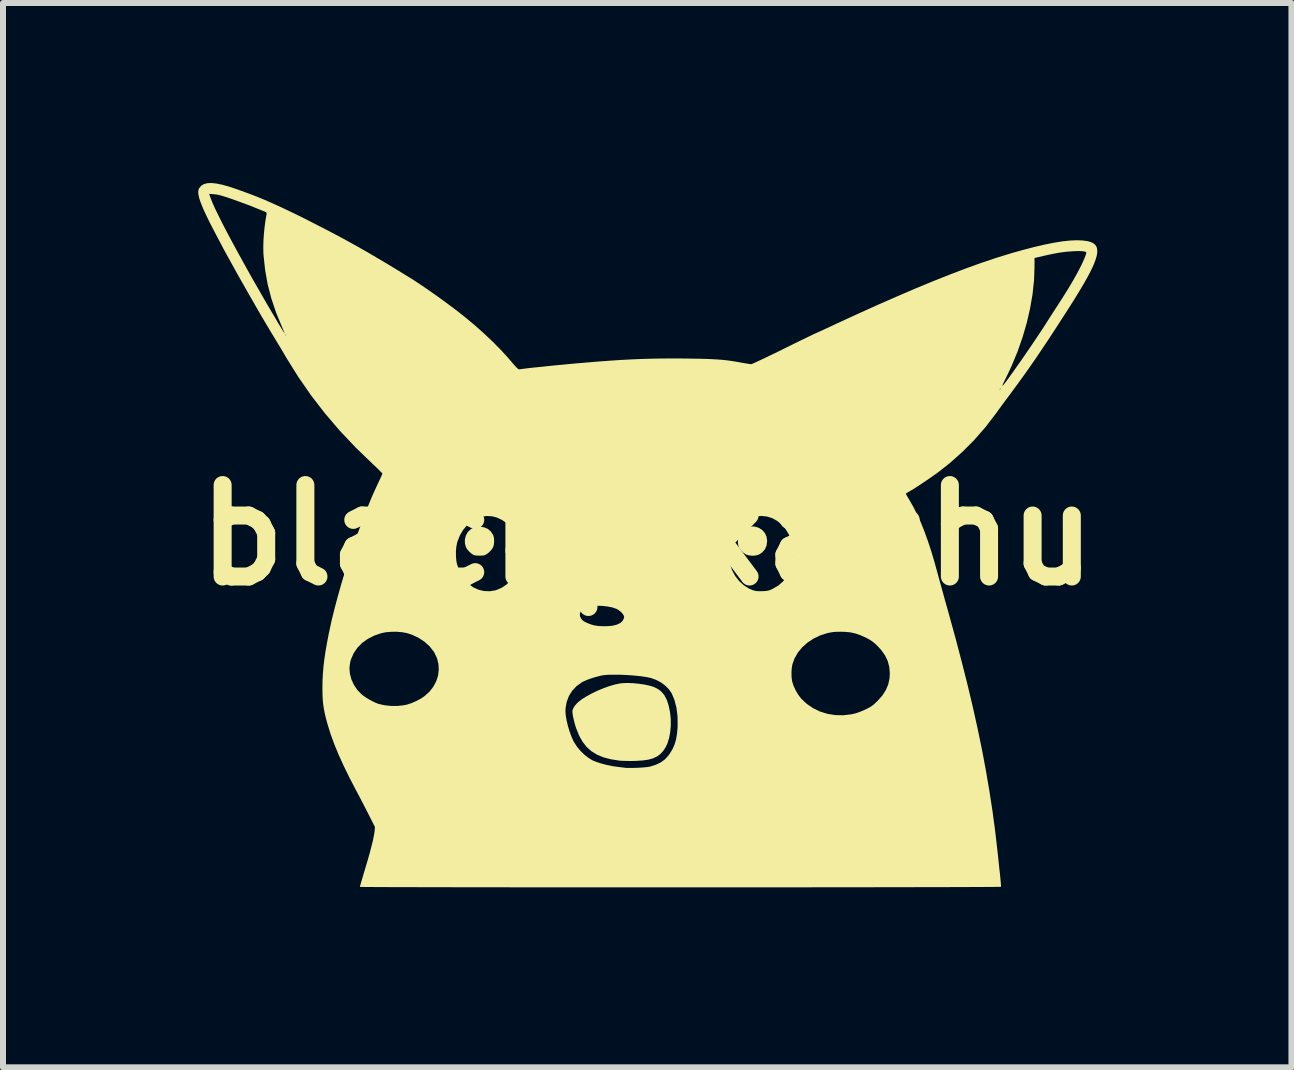
<source format=kicad_pcb>
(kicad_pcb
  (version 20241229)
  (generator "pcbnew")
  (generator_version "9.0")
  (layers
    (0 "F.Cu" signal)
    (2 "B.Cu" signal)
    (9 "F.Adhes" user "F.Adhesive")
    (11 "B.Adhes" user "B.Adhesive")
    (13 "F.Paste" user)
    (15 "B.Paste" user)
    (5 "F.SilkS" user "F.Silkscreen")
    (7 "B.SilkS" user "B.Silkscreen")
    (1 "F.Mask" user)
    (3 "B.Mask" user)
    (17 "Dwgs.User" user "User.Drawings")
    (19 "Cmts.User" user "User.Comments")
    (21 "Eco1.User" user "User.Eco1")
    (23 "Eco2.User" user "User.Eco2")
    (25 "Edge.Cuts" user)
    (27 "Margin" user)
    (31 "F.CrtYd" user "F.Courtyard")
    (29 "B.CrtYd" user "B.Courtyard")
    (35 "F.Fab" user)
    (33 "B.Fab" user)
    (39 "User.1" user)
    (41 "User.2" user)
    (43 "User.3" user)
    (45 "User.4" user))
  (footprint "blackpikachu"
    (layer "F.Cu")
    (at 7.736 5.868)
    (property "Reference" "blackpikachu" (at 0 0 0) (layer "F.SilkS") (effects (font (size 1.524 1.524) (thickness 0.3))))
    (attr through_hole)
    (fp_poly (pts (xy 1.817 -0.137) (xy 1.872 -0.115) (xy 1.921 -0.081) (xy 1.96 -0.036) (xy 1.987 0.021) (xy 1.998 0.087) (xy 1.998 0.1) (xy 1.989 0.173) (xy 1.962 0.236) (xy 1.917 0.287) (xy 1.865 0.322) (xy 1.816 0.338) (xy 1.757 0.344) (xy 1.698 0.338) (xy 1.65 0.324) (xy 1.607 0.296) (xy 1.566 0.257) (xy 1.533 0.212) (xy 1.52 0.182) (xy 1.51 0.123) (xy 1.515 0.059) (xy 1.533 -0.002) (xy 1.547 -0.028) (xy 1.59 -0.081) (xy 1.642 -0.118) (xy 1.699 -0.139) (xy 1.758 -0.145)) (stroke (width 0) (type solid)) (fill yes) (layer "F.SilkS"))
    (fp_poly (pts (xy -2.721 -0.131) (xy -2.658 -0.105) (xy -2.607 -0.062) (xy -2.569 -0.003) (xy -2.564 0.007) (xy -2.553 0.052) (xy -2.551 0.106) (xy -2.556 0.159) (xy -2.569 0.204) (xy -2.571 0.207) (xy -2.595 0.243) (xy -2.628 0.279) (xy -2.666 0.31) (xy -2.701 0.331) (xy -2.718 0.337) (xy -2.753 0.341) (xy -2.798 0.342) (xy -2.844 0.34) (xy -2.88 0.336) (xy -2.906 0.324) (xy -2.938 0.3) (xy -2.972 0.269) (xy -3.001 0.235) (xy -3.02 0.204) (xy -3.02 0.203) (xy -3.038 0.141) (xy -3.039 0.075) (xy -3.023 0.01) (xy -2.993 -0.047) (xy -2.987 -0.055) (xy -2.94 -0.099) (xy -2.887 -0.127) (xy -2.823 -0.139) (xy -2.795 -0.14)) (stroke (width 0) (type solid)) (fill yes) (layer "F.SilkS"))
    (fp_poly (pts (xy -0.237 2.467) (xy -0.135 2.477) (xy -0.037 2.492) (xy 0.052 2.512) (xy 0.11 2.531) (xy 0.18 2.565) (xy 0.239 2.611) (xy 0.287 2.67) (xy 0.326 2.745) (xy 0.356 2.836) (xy 0.379 2.946) (xy 0.38 2.95) (xy 0.392 3.061) (xy 0.393 3.173) (xy 0.383 3.283) (xy 0.364 3.385) (xy 0.335 3.476) (xy 0.305 3.538) (xy 0.263 3.6) (xy 0.216 3.65) (xy 0.161 3.69) (xy 0.096 3.72) (xy 0.018 3.742) (xy -0.075 3.755) (xy -0.185 3.762) (xy -0.213 3.763) (xy -0.279 3.764) (xy -0.345 3.763) (xy -0.405 3.761) (xy -0.453 3.759) (xy -0.467 3.757) (xy -0.607 3.735) (xy -0.729 3.703) (xy -0.836 3.659) (xy -0.929 3.602) (xy -1.009 3.531) (xy -1.076 3.445) (xy -1.134 3.343) (xy -1.182 3.224) (xy -1.195 3.185) (xy -1.211 3.131) (xy -1.225 3.073) (xy -1.237 3.021) (xy -1.239 3.007) (xy -1.245 2.965) (xy -1.247 2.937) (xy -1.244 2.915) (xy -1.235 2.892) (xy -1.229 2.879) (xy -1.209 2.847) (xy -1.179 2.811) (xy -1.149 2.781) (xy -1.088 2.734) (xy -1.011 2.686) (xy -0.923 2.638) (xy -0.827 2.592) (xy -0.728 2.551) (xy -0.63 2.516) (xy -0.538 2.489) (xy -0.456 2.472) (xy -0.426 2.468) (xy -0.336 2.464)) (stroke (width 0) (type solid)) (fill yes) (layer "F.SilkS"))
    (fp_poly (pts (xy -7.178 -5.859) (xy -7.08 -5.839) (xy -6.966 -5.807) (xy -6.891 -5.782) (xy -6.757 -5.735) (xy -6.628 -5.688) (xy -6.502 -5.639) (xy -6.375 -5.587) (xy -6.245 -5.53) (xy -6.108 -5.468) (xy -5.961 -5.398) (xy -5.802 -5.321) (xy -5.653 -5.246) (xy -5.471 -5.153) (xy -5.3 -5.065) (xy -5.137 -4.979) (xy -4.979 -4.893) (xy -4.822 -4.806) (xy -4.664 -4.716) (xy -4.501 -4.62) (xy -4.33 -4.519) (xy -4.148 -4.408) (xy -3.969 -4.298) (xy -3.873 -4.238) (xy -3.765 -4.166) (xy -3.649 -4.087) (xy -3.528 -4.002) (xy -3.407 -3.915) (xy -3.288 -3.827) (xy -3.176 -3.743) (xy -3.074 -3.663) (xy -3.045 -3.64) (xy -2.88 -3.503) (xy -2.721 -3.362) (xy -2.571 -3.22) (xy -2.434 -3.081) (xy -2.311 -2.946) (xy -2.277 -2.906) (xy -2.233 -2.854) (xy -2.199 -2.816) (xy -2.174 -2.789) (xy -2.156 -2.773) (xy -2.143 -2.765) (xy -2.132 -2.763) (xy -2.125 -2.763) (xy -2.099 -2.768) (xy -2.055 -2.773) (xy -1.995 -2.781) (xy -1.921 -2.789) (xy -1.834 -2.798) (xy -1.738 -2.808) (xy -1.635 -2.819) (xy -1.527 -2.83) (xy -1.415 -2.84) (xy -1.303 -2.851) (xy -1.239 -2.857) (xy -1.017 -2.876) (xy -0.813 -2.893) (xy -0.623 -2.907) (xy -0.445 -2.919) (xy -0.276 -2.928) (xy -0.112 -2.935) (xy 0.049 -2.94) (xy 0.21 -2.943) (xy 0.375 -2.944) (xy 0.546 -2.944) (xy 0.638 -2.943) (xy 0.776 -2.941) (xy 0.896 -2.939) (xy 1 -2.936) (xy 1.093 -2.932) (xy 1.175 -2.927) (xy 1.251 -2.921) (xy 1.322 -2.914) (xy 1.393 -2.904) (xy 1.464 -2.893) (xy 1.54 -2.88) (xy 1.561 -2.876) (xy 1.617 -2.866) (xy 1.666 -2.858) (xy 1.705 -2.852) (xy 1.73 -2.849) (xy 1.735 -2.849) (xy 1.748 -2.854) (xy 1.778 -2.867) (xy 1.824 -2.888) (xy 1.882 -2.915) (xy 1.952 -2.948) (xy 2.032 -2.987) (xy 2.121 -3.029) (xy 2.215 -3.075) (xy 2.277 -3.106) (xy 2.374 -3.154) (xy 2.465 -3.199) (xy 2.549 -3.24) (xy 2.624 -3.276) (xy 2.688 -3.307) (xy 2.74 -3.332) (xy 2.777 -3.35) (xy 2.799 -3.36) (xy 2.803 -3.362) (xy 2.814 -3.367) (xy 2.841 -3.379) (xy 2.883 -3.398) (xy 2.936 -3.422) (xy 3 -3.452) (xy 3.072 -3.485) (xy 3.131 -3.513) (xy 3.487 -3.677) (xy 3.829 -3.832) (xy 4.156 -3.975) (xy 4.468 -4.109) (xy 4.765 -4.232) (xy 5.047 -4.344) (xy 5.312 -4.445) (xy 5.562 -4.535) (xy 5.795 -4.614) (xy 6.011 -4.681) (xy 6.074 -4.7) (xy 6.278 -4.757) (xy 6.463 -4.805) (xy 6.632 -4.844) (xy 6.784 -4.874) (xy 6.921 -4.896) (xy 7.044 -4.909) (xy 7.153 -4.914) (xy 7.249 -4.911) (xy 7.332 -4.9) (xy 7.343 -4.898) (xy 7.394 -4.884) (xy 7.435 -4.864) (xy 7.466 -4.838) (xy 7.488 -4.804) (xy 7.499 -4.763) (xy 7.5 -4.713) (xy 7.491 -4.654) (xy 7.47 -4.585) (xy 7.439 -4.504) (xy 7.396 -4.412) (xy 7.341 -4.307) (xy 7.275 -4.189) (xy 7.196 -4.057) (xy 7.106 -3.91) (xy 7.002 -3.747) (xy 6.997 -3.739) (xy 6.879 -3.556) (xy 6.77 -3.388) (xy 6.669 -3.234) (xy 6.573 -3.091) (xy 6.483 -2.957) (xy 6.395 -2.83) (xy 6.309 -2.708) (xy 6.223 -2.588) (xy 6.136 -2.469) (xy 6.065 -2.372) (xy 6.014 -2.303) (xy 5.96 -2.231) (xy 5.908 -2.16) (xy 5.86 -2.095) (xy 5.82 -2.039) (xy 5.8 -2.012) (xy 5.634 -1.796) (xy 5.451 -1.587) (xy 5.253 -1.388) (xy 5.043 -1.201) (xy 4.867 -1.062) (xy 4.803 -1.015) (xy 4.731 -0.964) (xy 4.655 -0.912) (xy 4.577 -0.86) (xy 4.503 -0.811) (xy 4.437 -0.769) (xy 4.382 -0.736) (xy 4.37 -0.729) (xy 4.339 -0.711) (xy 4.318 -0.697) (xy 4.31 -0.69) (xy 4.315 -0.679) (xy 4.328 -0.655) (xy 4.348 -0.621) (xy 4.362 -0.598) (xy 4.432 -0.476) (xy 4.497 -0.348) (xy 4.56 -0.211) (xy 4.619 -0.063) (xy 4.677 0.097) (xy 4.735 0.273) (xy 4.792 0.466) (xy 4.83 0.604) (xy 4.85 0.678) (xy 4.875 0.769) (xy 4.903 0.87) (xy 4.933 0.979) (xy 4.964 1.091) (xy 4.995 1.2) (xy 5.023 1.301) (xy 5.138 1.718) (xy 5.243 2.118) (xy 5.34 2.502) (xy 5.428 2.873) (xy 5.508 3.233) (xy 5.58 3.582) (xy 5.644 3.923) (xy 5.701 4.257) (xy 5.752 4.586) (xy 5.796 4.911) (xy 5.829 5.195) (xy 5.845 5.338) (xy 5.858 5.462) (xy 5.869 5.567) (xy 5.879 5.654) (xy 5.886 5.725) (xy 5.891 5.779) (xy 5.894 5.819) (xy 5.896 5.845) (xy 5.895 5.859) (xy 5.895 5.861) (xy 5.884 5.861) (xy 5.853 5.862) (xy 5.803 5.862) (xy 5.734 5.863) (xy 5.648 5.863) (xy 5.544 5.864) (xy 5.424 5.864) (xy 5.289 5.865) (xy 5.139 5.865) (xy 4.975 5.866) (xy 4.797 5.866) (xy 4.607 5.866) (xy 4.405 5.867) (xy 4.192 5.867) (xy 3.969 5.867) (xy 3.736 5.868) (xy 3.495 5.868) (xy 3.245 5.868) (xy 2.988 5.868) (xy 2.725 5.869) (xy 2.455 5.869) (xy 2.181 5.869) (xy 1.903 5.869) (xy 1.621 5.869) (xy 1.336 5.869) (xy 1.049 5.869) (xy 0.76 5.869) (xy 0.472 5.87) (xy 0.183 5.87) (xy -0.104 5.87) (xy -0.39 5.869) (xy -0.674 5.869) (xy -0.954 5.869) (xy -1.23 5.869) (xy -1.502 5.869) (xy -1.768 5.869) (xy -2.028 5.869) (xy -2.28 5.869) (xy -2.526 5.868) (xy -2.762 5.868) (xy -2.99 5.868) (xy -3.207 5.868) (xy -3.414 5.867) (xy -3.609 5.867) (xy -3.792 5.867) (xy -3.963 5.866) (xy -4.119 5.866) (xy -4.261 5.866) (xy -4.388 5.865) (xy -4.498 5.865) (xy -4.592 5.864) (xy -4.669 5.864) (xy -4.727 5.863) (xy -4.767 5.863) (xy -4.786 5.862) (xy -4.789 5.862) (xy -4.786 5.849) (xy -4.777 5.82) (xy -4.765 5.775) (xy -4.748 5.719) (xy -4.729 5.653) (xy -4.707 5.581) (xy -4.705 5.572) (xy -4.66 5.423) (xy -4.623 5.292) (xy -4.594 5.18) (xy -4.571 5.086) (xy -4.555 5.009) (xy -4.545 4.948) (xy -4.544 4.939) (xy -4.537 4.865) (xy -4.642 4.657) (xy -4.681 4.581) (xy -4.725 4.495) (xy -4.77 4.408) (xy -4.813 4.326) (xy -4.847 4.263) (xy -4.959 4.048) (xy -5.057 3.848) (xy -5.143 3.659) (xy -5.216 3.481) (xy -5.278 3.311) (xy -5.328 3.149) (xy -5.355 3.05) (xy -5.376 2.961) (xy -5.381 2.933) (xy -1.363 2.933) (xy -1.358 3.003) (xy -1.344 3.086) (xy -1.323 3.175) (xy -1.296 3.266) (xy -1.265 3.352) (xy -1.231 3.429) (xy -1.216 3.456) (xy -1.17 3.526) (xy -1.112 3.596) (xy -1.046 3.66) (xy -0.977 3.714) (xy -0.914 3.752) (xy -0.846 3.78) (xy -0.765 3.806) (xy -0.675 3.83) (xy -0.583 3.849) (xy -0.5 3.861) (xy -0.453 3.867) (xy -0.41 3.872) (xy -0.379 3.876) (xy -0.37 3.877) (xy -0.332 3.88) (xy -0.28 3.88) (xy -0.218 3.879) (xy -0.152 3.877) (xy -0.086 3.873) (xy -0.026 3.868) (xy 0.022 3.862) (xy 0.052 3.856) (xy 0.148 3.825) (xy 0.228 3.786) (xy 0.296 3.736) (xy 0.354 3.672) (xy 0.377 3.64) (xy 0.421 3.567) (xy 0.455 3.491) (xy 0.48 3.408) (xy 0.496 3.314) (xy 0.506 3.206) (xy 0.507 3.174) (xy 0.505 3.019) (xy 0.487 2.876) (xy 0.453 2.745) (xy 0.409 2.639) (xy 0.365 2.573) (xy 0.304 2.511) (xy 0.231 2.456) (xy 0.148 2.412) (xy 0.061 2.381) (xy 0.057 2.38) (xy -0.008 2.366) (xy -0.087 2.354) (xy -0.176 2.344) (xy -0.272 2.336) (xy -0.37 2.33) (xy -0.467 2.326) (xy -0.559 2.326) (xy -0.642 2.327) (xy -0.712 2.332) (xy -0.765 2.34) (xy -0.847 2.361) (xy -0.928 2.385) (xy -1.002 2.412) (xy -1.063 2.439) (xy -1.092 2.454) (xy -1.178 2.517) (xy -1.25 2.593) (xy -1.305 2.681) (xy -1.342 2.778) (xy -1.361 2.882) (xy -1.363 2.933) (xy -5.381 2.933) (xy -5.391 2.88) (xy -5.402 2.802) (xy -5.409 2.719) (xy -5.412 2.626) (xy -5.413 2.545) (xy -5.411 2.425) (xy -5.405 2.307) (xy -5.397 2.214) (xy -4.963 2.214) (xy -4.955 2.309) (xy -4.93 2.404) (xy -4.888 2.496) (xy -4.83 2.581) (xy -4.759 2.654) (xy -4.715 2.688) (xy -4.658 2.725) (xy -4.596 2.76) (xy -4.535 2.79) (xy -4.483 2.811) (xy -4.384 2.834) (xy -4.276 2.846) (xy -4.164 2.847) (xy -4.058 2.835) (xy -4.011 2.826) (xy -3.932 2.801) (xy -3.849 2.765) (xy -3.77 2.723) (xy -3.711 2.683) (xy -3.63 2.61) (xy -3.565 2.527) (xy -3.517 2.437) (xy -3.486 2.343) (xy -3.479 2.283) (xy 2.404 2.283) (xy 2.405 2.356) (xy 2.412 2.421) (xy 2.415 2.437) (xy 2.438 2.51) (xy 2.474 2.588) (xy 2.518 2.662) (xy 2.566 2.724) (xy 2.566 2.725) (xy 2.659 2.812) (xy 2.765 2.884) (xy 2.88 2.94) (xy 3.003 2.978) (xy 3.133 2.999) (xy 3.266 3.002) (xy 3.401 2.986) (xy 3.447 2.976) (xy 3.495 2.963) (xy 3.552 2.942) (xy 3.61 2.918) (xy 3.642 2.903) (xy 3.694 2.877) (xy 3.735 2.853) (xy 3.771 2.826) (xy 3.809 2.791) (xy 3.841 2.76) (xy 3.919 2.672) (xy 3.977 2.582) (xy 4.016 2.489) (xy 4.038 2.389) (xy 4.043 2.306) (xy 4.034 2.198) (xy 4.008 2.098) (xy 3.963 2.004) (xy 3.899 1.914) (xy 3.842 1.852) (xy 3.797 1.809) (xy 3.758 1.776) (xy 3.719 1.75) (xy 3.673 1.724) (xy 3.643 1.708) (xy 3.556 1.669) (xy 3.477 1.641) (xy 3.4 1.623) (xy 3.317 1.613) (xy 3.232 1.61) (xy 3.163 1.611) (xy 3.108 1.614) (xy 3.059 1.621) (xy 3.01 1.631) (xy 3.005 1.632) (xy 2.883 1.671) (xy 2.771 1.725) (xy 2.671 1.791) (xy 2.583 1.869) (xy 2.511 1.957) (xy 2.456 2.052) (xy 2.42 2.151) (xy 2.409 2.212) (xy 2.404 2.283) (xy -3.479 2.283) (xy -3.474 2.245) (xy -3.479 2.147) (xy -3.503 2.051) (xy -3.547 1.959) (xy -3.558 1.941) (xy -3.627 1.853) (xy -3.712 1.776) (xy -3.811 1.711) (xy -3.92 1.66) (xy -4.003 1.633) (xy -4.083 1.618) (xy -4.175 1.61) (xy -4.269 1.611) (xy -4.36 1.619) (xy -4.429 1.633) (xy -4.551 1.675) (xy -4.658 1.73) (xy -4.752 1.797) (xy -4.83 1.877) (xy -4.892 1.967) (xy -4.936 2.068) (xy -4.951 2.121) (xy -4.963 2.214) (xy -5.397 2.214) (xy -5.395 2.187) (xy -5.38 2.062) (xy -5.36 1.929) (xy -5.334 1.783) (xy -5.303 1.62) (xy -5.302 1.619) (xy -5.262 1.432) (xy -5.232 1.31) (xy -1.123 1.31) (xy -1.12 1.352) (xy -1.1 1.394) (xy -1.073 1.424) (xy -1.042 1.444) (xy -0.998 1.465) (xy -0.948 1.485) (xy -0.897 1.5) (xy -0.883 1.504) (xy -0.817 1.514) (xy -0.74 1.518) (xy -0.66 1.517) (xy -0.586 1.511) (xy -0.573 1.509) (xy -0.505 1.491) (xy -0.45 1.465) (xy -0.411 1.43) (xy -0.389 1.388) (xy -0.385 1.359) (xy -0.394 1.334) (xy -0.416 1.303) (xy -0.448 1.271) (xy -0.485 1.244) (xy -0.514 1.228) (xy -0.581 1.205) (xy -0.662 1.189) (xy -0.749 1.179) (xy -0.835 1.177) (xy -0.914 1.183) (xy -0.939 1.188) (xy -0.991 1.203) (xy -1.04 1.223) (xy -1.08 1.247) (xy -1.107 1.27) (xy -1.108 1.272) (xy -1.123 1.31) (xy -5.232 1.31) (xy -5.213 1.234) (xy -5.158 1.026) (xy -5.098 0.812) (xy -5.032 0.594) (xy -4.963 0.376) (xy -4.929 0.275) (xy -3.188 0.275) (xy -3.187 0.354) (xy -3.181 0.429) (xy -3.171 0.479) (xy -3.139 0.575) (xy -3.093 0.665) (xy -3.036 0.747) (xy -2.971 0.816) (xy -2.901 0.869) (xy -2.9 0.869) (xy -2.811 0.91) (xy -2.717 0.932) (xy -2.62 0.935) (xy -2.526 0.919) (xy -2.516 0.916) (xy -2.425 0.877) (xy -2.343 0.822) (xy -2.272 0.751) (xy -2.213 0.669) (xy -2.166 0.576) (xy -2.134 0.474) (xy -2.116 0.367) (xy -2.115 0.29) (xy 1.361 0.29) (xy 1.362 0.37) (xy 1.37 0.444) (xy 1.378 0.479) (xy 1.414 0.585) (xy 1.466 0.681) (xy 1.532 0.766) (xy 1.61 0.836) (xy 1.697 0.891) (xy 1.755 0.916) (xy 1.792 0.927) (xy 1.829 0.933) (xy 1.874 0.935) (xy 1.916 0.934) (xy 1.965 0.932) (xy 2.003 0.927) (xy 2.035 0.919) (xy 2.072 0.904) (xy 2.095 0.893) (xy 2.189 0.837) (xy 2.268 0.767) (xy 2.333 0.683) (xy 2.382 0.586) (xy 2.415 0.477) (xy 2.432 0.357) (xy 2.433 0.344) (xy 2.432 0.243) (xy 2.42 0.153) (xy 2.395 0.067) (xy 2.362 -0.008) (xy 2.307 -0.099) (xy 2.241 -0.175) (xy 2.166 -0.237) (xy 2.083 -0.283) (xy 1.995 -0.31) (xy 1.904 -0.32) (xy 1.832 -0.313) (xy 1.734 -0.285) (xy 1.643 -0.239) (xy 1.562 -0.176) (xy 1.492 -0.098) (xy 1.435 -0.006) (xy 1.392 0.098) (xy 1.378 0.146) (xy 1.366 0.212) (xy 1.361 0.29) (xy -2.115 0.29) (xy -2.115 0.256) (xy -2.129 0.151) (xy -2.159 0.052) (xy -2.205 -0.04) (xy -2.265 -0.123) (xy -2.337 -0.195) (xy -2.418 -0.252) (xy -2.505 -0.293) (xy -2.584 -0.314) (xy -2.677 -0.319) (xy -2.767 -0.305) (xy -2.853 -0.273) (xy -2.934 -0.224) (xy -3.007 -0.16) (xy -3.071 -0.083) (xy -3.123 0.007) (xy -3.163 0.108) (xy -3.17 0.135) (xy -3.182 0.199) (xy -3.188 0.275) (xy -4.929 0.275) (xy -4.891 0.159) (xy -4.816 -0.053) (xy -4.741 -0.257) (xy -4.665 -0.452) (xy -4.591 -0.633) (xy -4.517 -0.798) (xy -4.467 -0.905) (xy -4.446 -0.949) (xy -4.429 -0.986) (xy -4.417 -1.013) (xy -4.414 -1.025) (xy -4.421 -1.035) (xy -4.442 -1.057) (xy -4.473 -1.089) (xy -4.513 -1.128) (xy -4.56 -1.172) (xy -4.576 -1.187) (xy -4.86 -1.461) (xy -5.125 -1.742) (xy -5.372 -2.031) (xy -5.602 -2.329) (xy -5.669 -2.426) (xy 5.874 -2.426) (xy 5.875 -2.425) (xy 5.885 -2.433) (xy 5.887 -2.436) (xy 5.889 -2.446) (xy 5.888 -2.446) (xy 5.878 -2.439) (xy 5.876 -2.436) (xy 5.874 -2.426) (xy -5.669 -2.426) (xy -5.713 -2.49) (xy 5.919 -2.49) (xy 5.925 -2.491) (xy 5.941 -2.509) (xy 5.968 -2.543) (xy 6.006 -2.594) (xy 6.055 -2.662) (xy 6.06 -2.669) (xy 6.11 -2.738) (xy 6.167 -2.82) (xy 6.231 -2.91) (xy 6.297 -3.006) (xy 6.364 -3.104) (xy 6.43 -3.201) (xy 6.492 -3.293) (xy 6.548 -3.377) (xy 6.597 -3.451) (xy 6.626 -3.496) (xy 6.664 -3.556) (xy 6.709 -3.627) (xy 6.757 -3.701) (xy 6.804 -3.774) (xy 6.833 -3.818) (xy 6.935 -3.977) (xy 7.024 -4.12) (xy 7.101 -4.25) (xy 7.166 -4.366) (xy 7.194 -4.419) (xy 7.229 -4.487) (xy 7.259 -4.551) (xy 7.285 -4.609) (xy 7.304 -4.658) (xy 7.315 -4.693) (xy 7.318 -4.71) (xy 7.308 -4.72) (xy 7.28 -4.728) (xy 7.237 -4.733) (xy 7.18 -4.734) (xy 7.113 -4.732) (xy 7.039 -4.727) (xy 6.97 -4.721) (xy 6.908 -4.713) (xy 6.848 -4.704) (xy 6.784 -4.692) (xy 6.711 -4.677) (xy 6.625 -4.658) (xy 6.597 -4.652) (xy 6.454 -4.618) (xy 6.454 -4.464) (xy 6.446 -4.243) (xy 6.421 -4.013) (xy 6.38 -3.777) (xy 6.325 -3.537) (xy 6.255 -3.297) (xy 6.171 -3.058) (xy 6.075 -2.825) (xy 5.99 -2.644) (xy 5.959 -2.582) (xy 5.936 -2.535) (xy 5.923 -2.504) (xy 5.919 -2.49) (xy -5.713 -2.49) (xy -5.816 -2.638) (xy -6.016 -2.959) (xy -6.033 -2.988) (xy -6.071 -3.053) (xy -6.111 -3.121) (xy -6.15 -3.185) (xy -6.184 -3.241) (xy -6.21 -3.285) (xy -6.211 -3.286) (xy -6.235 -3.326) (xy -6.027 -3.326) (xy -6.022 -3.321) (xy -6.017 -3.326) (xy -6.022 -3.331) (xy -6.027 -3.326) (xy -6.235 -3.326) (xy -6.248 -3.347) (xy -6.038 -3.347) (xy -6.032 -3.342) (xy -6.027 -3.347) (xy -6.032 -3.352) (xy -6.038 -3.347) (xy -6.248 -3.347) (xy -6.272 -3.386) (xy -6.341 -3.502) (xy -6.417 -3.63) (xy -6.497 -3.768) (xy -6.581 -3.914) (xy -6.667 -4.064) (xy -6.753 -4.216) (xy -6.838 -4.366) (xy -6.919 -4.513) (xy -6.996 -4.652) (xy -7.067 -4.782) (xy -7.081 -4.809) (xy -7.162 -4.962) (xy -7.233 -5.098) (xy -7.295 -5.218) (xy -7.346 -5.323) (xy -7.389 -5.415) (xy -7.423 -5.495) (xy -7.449 -5.563) (xy -7.467 -5.621) (xy -7.478 -5.67) (xy -7.48 -5.687) (xy -7.3 -5.687) (xy -7.292 -5.662) (xy -7.272 -5.605) (xy -7.241 -5.53) (xy -7.2 -5.438) (xy -7.147 -5.33) (xy -7.085 -5.205) (xy -7.012 -5.064) (xy -6.929 -4.908) (xy -6.836 -4.736) (xy -6.733 -4.549) (xy -6.623 -4.351) (xy -6.582 -4.278) (xy -6.536 -4.198) (xy -6.487 -4.113) (xy -6.436 -4.024) (xy -6.385 -3.935) (xy -6.333 -3.845) (xy -6.282 -3.758) (xy -6.233 -3.676) (xy -6.188 -3.599) (xy -6.147 -3.529) (xy -6.111 -3.47) (xy -6.082 -3.422) (xy -6.06 -3.387) (xy -6.047 -3.367) (xy -6.043 -3.362) (xy -6.045 -3.371) (xy -6.055 -3.395) (xy -6.07 -3.431) (xy -6.086 -3.469) (xy -6.185 -3.709) (xy -6.264 -3.944) (xy -6.325 -4.178) (xy -6.367 -4.413) (xy -6.393 -4.652) (xy -6.397 -4.71) (xy -6.398 -4.798) (xy -6.396 -4.899) (xy -6.389 -5.009) (xy -6.378 -5.121) (xy -6.364 -5.229) (xy -6.348 -5.329) (xy -6.344 -5.345) (xy -6.343 -5.369) (xy -6.353 -5.382) (xy -6.367 -5.389) (xy -6.387 -5.397) (xy -6.422 -5.411) (xy -6.468 -5.43) (xy -6.52 -5.451) (xy -6.543 -5.46) (xy -6.598 -5.483) (xy -6.668 -5.509) (xy -6.746 -5.538) (xy -6.827 -5.567) (xy -6.904 -5.595) (xy -6.912 -5.598) (xy -6.992 -5.625) (xy -7.056 -5.646) (xy -7.107 -5.661) (xy -7.149 -5.671) (xy -7.185 -5.678) (xy -7.218 -5.681) (xy -7.218 -5.681) (xy -7.3 -5.687) (xy -7.48 -5.687) (xy -7.483 -5.711) (xy -7.48 -5.744) (xy -7.472 -5.772) (xy -7.465 -5.785) (xy -7.432 -5.823) (xy -7.388 -5.85) (xy -7.331 -5.865) (xy -7.262 -5.868)) (stroke (width 0) (type solid)) (fill yes) (layer "F.SilkS")))
  (gr_rect
    (start -3 -3)
    (end 18.472 14.737)
    (stroke (width 0.1) (type default))
    (fill no)
    (layer "Edge.Cuts")))
</source>
